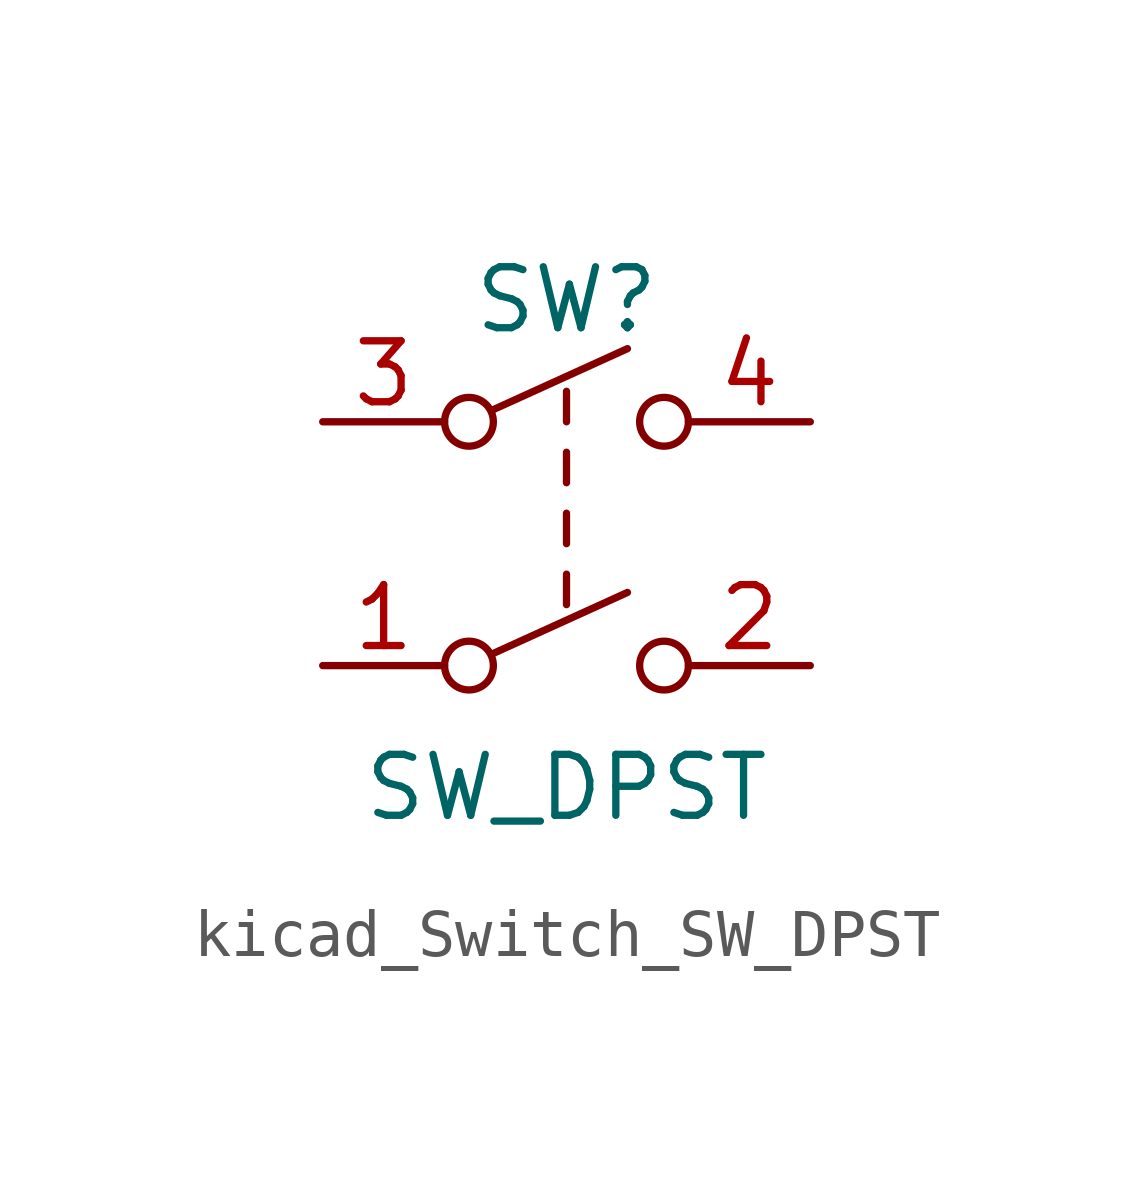
<source format=kicad_sym>
(kicad_symbol_lib
  (version 20220914)
  (generator kicad_symbol_editor)
  (symbol "kicad_Switch_SW_DPST"
    (pin_names
      (offset 0) hide)
    (property "Reference" "SW"
      (at 0 5.08 0)
      (effects (font (size 1.27 1.27))))
    (property "Value" "SW_DPST"
      (at 0 -5.08 0)
      (effects (font (size 1.27 1.27))))
    (symbol "kicad_Switch_SW_DPST_0_0"
      (circle (center -2.032 -2.54) (radius 0.508) (stroke (width 0) (type default)) (fill (type none)))
      (circle (center -2.032 2.54) (radius 0.508) (stroke (width 0) (type default)) (fill (type none)))
      (polyline (pts (xy -1.524 -2.286) (xy 1.27 -1.016)) (stroke (width 0) (type default)) (fill (type none)))
      (polyline (pts (xy -1.524 2.794) (xy 1.27 4.064)) (stroke (width 0) (type default)) (fill (type none)))
      (polyline (pts (xy 0 -1.27) (xy 0 -0.635)) (stroke (width 0) (type default)) (fill (type none)))
      (polyline (pts (xy 0 0) (xy 0 0.635)) (stroke (width 0) (type default)) (fill (type none)))
      (polyline (pts (xy 0 1.27) (xy 0 1.905)) (stroke (width 0) (type default)) (fill (type none)))
      (polyline (pts (xy 0 2.54) (xy 0 3.175)) (stroke (width 0) (type default)) (fill (type none)))
      (circle (center 2.032 -2.54) (radius 0.508) (stroke (width 0) (type default)) (fill (type none)))
      (circle (center 2.032 2.54) (radius 0.508) (stroke (width 0) (type default)) (fill (type none))))
    (symbol "kicad_Switch_SW_DPST_1_1"
      (pin passive line (at -5.08 -2.54 0) (length 2.54) (name "1" (effects (font (size 1.27 1.27)))) (number "1" (effects (font (size 1.27 1.27)))))
      (pin passive line (at 5.08 -2.54 180) (length 2.54) (name "2" (effects (font (size 1.27 1.27)))) (number "2" (effects (font (size 1.27 1.27)))))
      (pin passive line (at -5.08 2.54 0) (length 2.54) (name "3" (effects (font (size 1.27 1.27)))) (number "3" (effects (font (size 1.27 1.27)))))
      (pin passive line (at 5.08 2.54 180) (length 2.54) (name "4" (effects (font (size 1.27 1.27)))) (number "4" (effects (font (size 1.27 1.27))))))))
</source>
